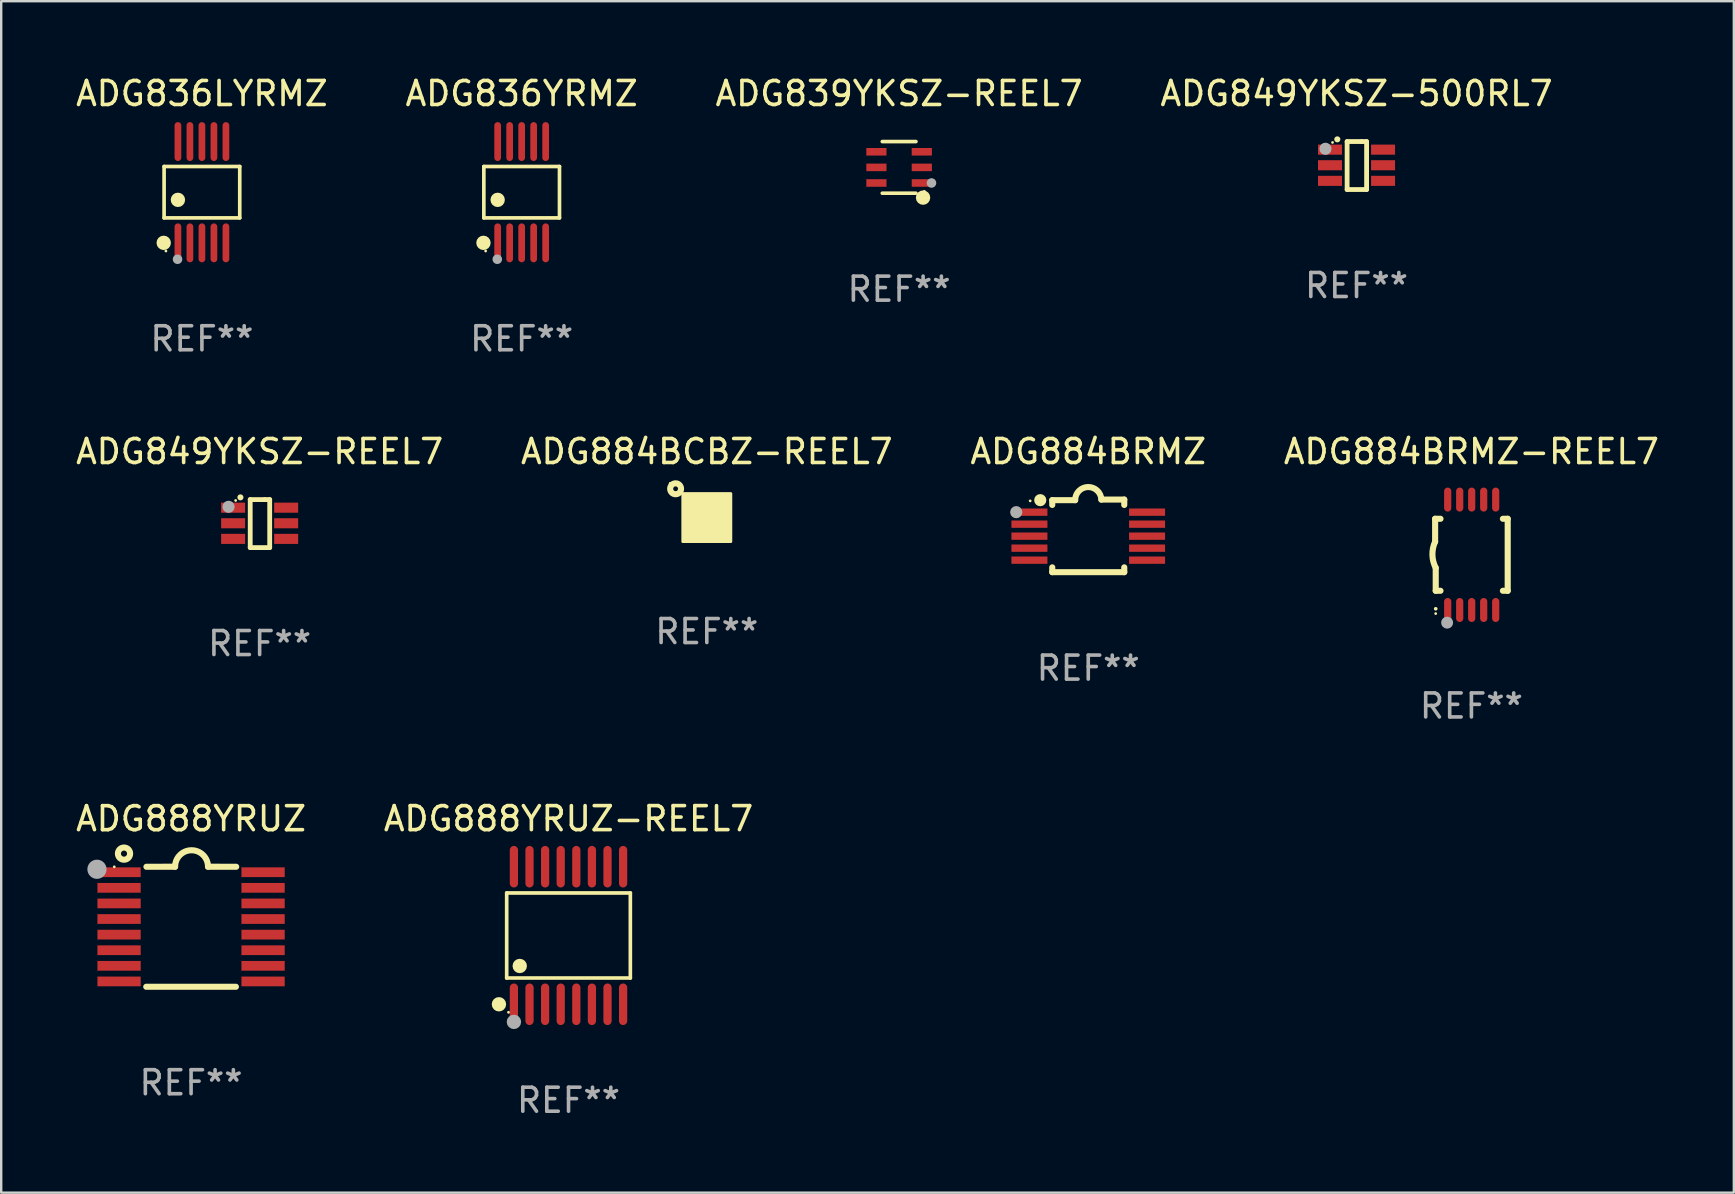
<source format=kicad_pcb>
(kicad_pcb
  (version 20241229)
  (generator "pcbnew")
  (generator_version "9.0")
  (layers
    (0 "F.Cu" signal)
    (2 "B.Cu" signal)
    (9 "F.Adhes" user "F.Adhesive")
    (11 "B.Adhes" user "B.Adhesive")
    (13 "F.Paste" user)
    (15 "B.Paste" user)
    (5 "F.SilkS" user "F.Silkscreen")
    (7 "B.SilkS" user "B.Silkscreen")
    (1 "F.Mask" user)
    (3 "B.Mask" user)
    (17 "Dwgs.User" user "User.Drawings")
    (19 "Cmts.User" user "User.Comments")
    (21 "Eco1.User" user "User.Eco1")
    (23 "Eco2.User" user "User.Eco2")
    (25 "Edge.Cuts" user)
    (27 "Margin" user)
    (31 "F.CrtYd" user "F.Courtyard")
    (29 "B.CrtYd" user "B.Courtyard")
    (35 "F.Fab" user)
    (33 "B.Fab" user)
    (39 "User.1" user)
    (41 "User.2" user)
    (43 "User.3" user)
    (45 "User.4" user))
  (footprint "ADG839YKSZ-REEL7"
    (layer "F.Cu")
    (at 34.411 3.924)
    (property "Reference" "ADG839YKSZ-REEL7" (at 0 -3.076 0) (layer "F.SilkS") (effects (font (size 1 1) (thickness 0.15))))
    (attr through_hole)
    (fp_line (start 0.701 -1.076) (end -0.701 -1.076) (stroke (width 0.152) (type solid)) (layer "F.SilkS"))
    (fp_line (start 0.701 1.076) (end -0.701 1.076) (stroke (width 0.152) (type solid)) (layer "F.SilkS"))
    (fp_circle (center 0.998 1.26) (end 1.148 1.26) (stroke (width 0.3) (type solid)) (fill no) (layer "F.SilkS"))
    (fp_circle (center 1.05 1) (end 1.08 1) (stroke (width 0.06) (type solid)) (fill no) (layer "F.SilkS"))
    (fp_circle (center 1.35 0.65) (end 1.45 0.65) (stroke (width 0.2) (type solid)) (fill no) (layer "F.Fab"))
    (fp_text user "REF**" (at 0 5.076 0) (layer "F.Fab") (effects (font (size 1 1) (thickness 0.15))))
    (pad "1" smd rect (at 0.946 0.65) (size 0.841 0.315) (layers "F.Cu" "F.Mask" "F.Paste"))
    (pad "2" smd rect (at 0.946 0) (size 0.841 0.315) (layers "F.Cu" "F.Mask" "F.Paste"))
    (pad "3" smd rect (at 0.946 -0.65) (size 0.841 0.315) (layers "F.Cu" "F.Mask" "F.Paste"))
    (pad "4" smd rect (at -0.946 -0.65) (size 0.841 0.315) (layers "F.Cu" "F.Mask" "F.Paste"))
    (pad "5" smd rect (at -0.946 0) (size 0.841 0.315) (layers "F.Cu" "F.Mask" "F.Paste"))
    (pad "6" smd rect (at -0.946 0.65) (size 0.841 0.315) (layers "F.Cu" "F.Mask" "F.Paste")))
  (footprint "ADG836LYRMZ"
    (layer "F.Cu")
    (at 5.363 4.958)
    (property "Reference" "ADG836LYRMZ" (at 0 -4.11 0) (layer "F.SilkS") (effects (font (size 1 1) (thickness 0.15))))
    (attr through_hole)
    (fp_line (start -1.576 -1.071) (end 1.576 -1.071) (stroke (width 0.152) (type solid)) (layer "F.SilkS"))
    (fp_line (start -1.576 1.071) (end -1.576 -1.071) (stroke (width 0.152) (type solid)) (layer "F.SilkS"))
    (fp_line (start 1.576 -1.071) (end 1.576 1.071) (stroke (width 0.152) (type solid)) (layer "F.SilkS"))
    (fp_line (start 1.576 1.071) (end -1.576 1.071) (stroke (width 0.152) (type solid)) (layer "F.SilkS"))
    (fp_circle (center -1.592 2.11) (end -1.442 2.11) (stroke (width 0.3) (type solid)) (fill no) (layer "F.SilkS"))
    (fp_circle (center -1.5 2.45) (end -1.47 2.45) (stroke (width 0.06) (type solid)) (fill no) (layer "F.SilkS"))
    (fp_circle (center -1 0.319) (end -0.85 0.319) (stroke (width 0.3) (type solid)) (fill no) (layer "F.SilkS"))
    (fp_circle (center -1.016 2.794) (end -0.916 2.794) (stroke (width 0.2) (type solid)) (fill no) (layer "F.Fab"))
    (fp_text user "REF**" (at 0 6.11 0) (layer "F.Fab") (effects (font (size 1 1) (thickness 0.15))))
    (pad "1" smd oval (at -1 2.11) (size 0.28 1.62) (layers "F.Cu" "F.Mask" "F.Paste"))
    (pad "2" smd oval (at -0.5 2.11) (size 0.28 1.62) (layers "F.Cu" "F.Mask" "F.Paste"))
    (pad "3" smd oval (at 0 2.11) (size 0.28 1.62) (layers "F.Cu" "F.Mask" "F.Paste"))
    (pad "4" smd oval (at 0.5 2.11) (size 0.28 1.62) (layers "F.Cu" "F.Mask" "F.Paste"))
    (pad "5" smd oval (at 1 2.11) (size 0.28 1.62) (layers "F.Cu" "F.Mask" "F.Paste"))
    (pad "6" smd oval (at 1 -2.11) (size 0.28 1.62) (layers "F.Cu" "F.Mask" "F.Paste"))
    (pad "7" smd oval (at 0.5 -2.11) (size 0.28 1.62) (layers "F.Cu" "F.Mask" "F.Paste"))
    (pad "8" smd oval (at 0 -2.11) (size 0.28 1.62) (layers "F.Cu" "F.Mask" "F.Paste"))
    (pad "9" smd oval (at -0.5 -2.11) (size 0.28 1.62) (layers "F.Cu" "F.Mask" "F.Paste"))
    (pad "10" smd oval (at -1 -2.11) (size 0.28 1.62) (layers "F.Cu" "F.Mask" "F.Paste")))
  (footprint "ADG836YRMZ"
    (layer "F.Cu")
    (at 18.685 4.958)
    (property "Reference" "ADG836YRMZ" (at 0 -4.11 0) (layer "F.SilkS") (effects (font (size 1 1) (thickness 0.15))))
    (attr through_hole)
    (fp_line (start -1.576 -1.071) (end 1.576 -1.071) (stroke (width 0.152) (type solid)) (layer "F.SilkS"))
    (fp_line (start -1.576 1.071) (end -1.576 -1.071) (stroke (width 0.152) (type solid)) (layer "F.SilkS"))
    (fp_line (start 1.576 -1.071) (end 1.576 1.071) (stroke (width 0.152) (type solid)) (layer "F.SilkS"))
    (fp_line (start 1.576 1.071) (end -1.576 1.071) (stroke (width 0.152) (type solid)) (layer "F.SilkS"))
    (fp_circle (center -1.592 2.11) (end -1.442 2.11) (stroke (width 0.3) (type solid)) (fill no) (layer "F.SilkS"))
    (fp_circle (center -1.5 2.45) (end -1.47 2.45) (stroke (width 0.06) (type solid)) (fill no) (layer "F.SilkS"))
    (fp_circle (center -1 0.319) (end -0.85 0.319) (stroke (width 0.3) (type solid)) (fill no) (layer "F.SilkS"))
    (fp_circle (center -1.016 2.794) (end -0.916 2.794) (stroke (width 0.2) (type solid)) (fill no) (layer "F.Fab"))
    (fp_text user "REF**" (at 0 6.11 0) (layer "F.Fab") (effects (font (size 1 1) (thickness 0.15))))
    (pad "1" smd oval (at -1 2.11) (size 0.28 1.62) (layers "F.Cu" "F.Mask" "F.Paste"))
    (pad "2" smd oval (at -0.5 2.11) (size 0.28 1.62) (layers "F.Cu" "F.Mask" "F.Paste"))
    (pad "3" smd oval (at 0 2.11) (size 0.28 1.62) (layers "F.Cu" "F.Mask" "F.Paste"))
    (pad "4" smd oval (at 0.5 2.11) (size 0.28 1.62) (layers "F.Cu" "F.Mask" "F.Paste"))
    (pad "5" smd oval (at 1 2.11) (size 0.28 1.62) (layers "F.Cu" "F.Mask" "F.Paste"))
    (pad "6" smd oval (at 1 -2.11) (size 0.28 1.62) (layers "F.Cu" "F.Mask" "F.Paste"))
    (pad "7" smd oval (at 0.5 -2.11) (size 0.28 1.62) (layers "F.Cu" "F.Mask" "F.Paste"))
    (pad "8" smd oval (at 0 -2.11) (size 0.28 1.62) (layers "F.Cu" "F.Mask" "F.Paste"))
    (pad "9" smd oval (at -0.5 -2.11) (size 0.28 1.62) (layers "F.Cu" "F.Mask" "F.Paste"))
    (pad "10" smd oval (at -1 -2.11) (size 0.28 1.62) (layers "F.Cu" "F.Mask" "F.Paste")))
  (footprint "ADG884BRMZ-REEL7"
    (layer "F.Cu")
    (at 58.256 20.065)
    (property "Reference" "ADG884BRMZ-REEL7" (at 0 -4.3 0) (layer "F.SilkS") (effects (font (size 1 1) (thickness 0.15))))
    (attr through_hole)
    (fp_line (start -1.512 -1.5) (end -1.512 -0.546) (stroke (width 0.254) (type solid)) (layer "F.SilkS"))
    (fp_line (start -1.487 0.546) (end -1.487 1.5) (stroke (width 0.254) (type solid)) (layer "F.SilkS"))
    (fp_line (start -1.288 -1.5) (end -1.512 -1.5) (stroke (width 0.254) (type solid)) (layer "F.SilkS"))
    (fp_line (start -1.288 1.5) (end -1.487 1.5) (stroke (width 0.254) (type solid)) (layer "F.SilkS"))
    (fp_line (start 1.512 -1.5) (end 1.312 -1.5) (stroke (width 0.254) (type solid)) (layer "F.SilkS"))
    (fp_line (start 1.512 -1.5) (end 1.512 1.5) (stroke (width 0.254) (type solid)) (layer "F.SilkS"))
    (fp_line (start 1.512 1.5) (end 1.312 1.5) (stroke (width 0.254) (type solid)) (layer "F.SilkS"))
    (fp_arc (start -1.487998 2.250013) (mid -1.486728 2.250007) (end -1.485458 2.250013) (stroke (width 0.150013) (type solid)) (layer "F.SilkS"))
    (fp_arc (start -1.486602 0.546102) (mid -1.624196 0.002905) (end -1.512002 -0.546101) (stroke (width 0.254001) (type solid)) (layer "F.SilkS"))
    (fp_circle (center -1.488 2.45) (end -1.458 2.45) (stroke (width 0.06) (type solid)) (fill no) (layer "F.SilkS"))
    (fp_circle (center -1.012 2.828) (end -0.887 2.828) (stroke (width 0.25) (type solid)) (fill no) (layer "F.Fab"))
    (fp_text user "REF**" (at 0 6.3 0) (layer "F.Fab") (effects (font (size 1 1) (thickness 0.15))))
    (pad "1" smd oval (at -0.988 2.3) (size 0.3 1) (layers "F.Cu" "F.Mask" "F.Paste"))
    (pad "2" smd oval (at -0.488 2.3) (size 0.3 1) (layers "F.Cu" "F.Mask" "F.Paste"))
    (pad "3" smd oval (at 0.012 2.3) (size 0.3 1) (layers "F.Cu" "F.Mask" "F.Paste"))
    (pad "4" smd oval (at 0.512 2.3) (size 0.3 1) (layers "F.Cu" "F.Mask" "F.Paste"))
    (pad "5" smd oval (at 1.012 2.3) (size 0.3 1) (layers "F.Cu" "F.Mask" "F.Paste"))
    (pad "6" smd oval (at 1.012 -2.3) (size 0.3 1) (layers "F.Cu" "F.Mask" "F.Paste"))
    (pad "7" smd oval (at 0.512 -2.3) (size 0.3 1) (layers "F.Cu" "F.Mask" "F.Paste"))
    (pad "8" smd oval (at 0.012 -2.3) (size 0.3 1) (layers "F.Cu" "F.Mask" "F.Paste"))
    (pad "9" smd oval (at -0.488 -2.3) (size 0.3 1) (layers "F.Cu" "F.Mask" "F.Paste"))
    (pad "10" smd oval (at -0.988 -2.3) (size 0.3 1) (layers "F.Cu" "F.Mask" "F.Paste")))
  (footprint "ADG884BCBZ-REEL7"
    (layer "F.Cu")
    (at 26.399 18.515)
    (property "Reference" "ADG884BCBZ-REEL7" (at 0 -2.75 0) (layer "F.SilkS") (effects (font (size 1 1) (thickness 0.15))))
    (attr through_hole)
    (fp_circle (center -1.527 -1.427) (end -1.497 -1.427) (stroke (width 0.06) (type solid)) (fill no) (layer "F.SilkS"))
    (fp_circle (center -1.3 -1.2) (end -1.2 -1.2) (stroke (width 0.254) (type solid)) (fill no) (layer "F.SilkS"))
    (fp_poly (pts (xy -1 -1) (xy 1 -1) (xy 1 1) (xy -1 1)) (stroke (width 0.12) (type solid)) (fill yes) (layer "F.SilkS"))
    (fp_text user "REF**" (at 0 4.75 0) (layer "F.Fab") (effects (font (size 1 1) (thickness 0.15))))
    (pad "A1" smd circle (at -0.5 -0.75) (size 0.3 0.3) (layers "F.Cu" "F.Mask" "F.Paste"))
    (pad "A2" smd circle (at 0.000127 -0.75) (size 0.3 0.3) (layers "F.Cu" "F.Mask" "F.Paste"))
    (pad "A3" smd circle (at 0.5 -0.75) (size 0.3 0.3) (layers "F.Cu" "F.Mask" "F.Paste"))
    (pad "B1" smd circle (at -0.5 -0.25) (size 0.3 0.3) (layers "F.Cu" "F.Mask" "F.Paste"))
    (pad "B3" smd circle (at 0.5 -0.25) (size 0.3 0.3) (layers "F.Cu" "F.Mask" "F.Paste"))
    (pad "C1" smd circle (at -0.5 0.25) (size 0.3 0.3) (layers "F.Cu" "F.Mask" "F.Paste"))
    (pad "C3" smd circle (at 0.5 0.25) (size 0.3 0.3) (layers "F.Cu" "F.Mask" "F.Paste"))
    (pad "D1" smd circle (at -0.5 0.75) (size 0.3 0.3) (layers "F.Cu" "F.Mask" "F.Paste"))
    (pad "D2" smd circle (at 0.000127 0.75) (size 0.3 0.3) (layers "F.Cu" "F.Mask" "F.Paste"))
    (pad "D3" smd circle (at 0.5 0.75) (size 0.3 0.3) (layers "F.Cu" "F.Mask" "F.Paste")))
  (footprint "ADG888YRUZ"
    (layer "F.Cu")
    (at 4.911 35.563)
    (property "Reference" "ADG888YRUZ" (at 0 -4.501 0) (layer "F.SilkS") (effects (font (size 1 1) (thickness 0.15))))
    (attr through_hole)
    (fp_line (start -1.868 2.501) (end 1.868 2.501) (stroke (width 0.254) (type solid)) (layer "F.SilkS"))
    (fp_line (start -1.86 -2.499) (end -0.666 -2.501) (stroke (width 0.254) (type solid)) (layer "F.SilkS"))
    (fp_line (start 0.706 -2.501) (end 1.88 -2.499) (stroke (width 0.254) (type solid)) (layer "F.SilkS"))
    (fp_arc (start -0.665914 -2.501448) (mid 0.019888 -3.18725) (end 0.70569 -2.501448) (stroke (width 0.254001) (type solid)) (layer "F.SilkS"))
    (fp_circle (center -3.2 -2.497) (end -3.17 -2.497) (stroke (width 0.06) (type solid)) (fill no) (layer "F.SilkS"))
    (fp_circle (center -2.794 -3.047) (end -2.54 -3.047) (stroke (width 0.254) (type solid)) (fill no) (layer "F.SilkS"))
    (fp_circle (center -3.921 -2.395) (end -3.721 -2.395) (stroke (width 0.4) (type solid)) (fill no) (layer "F.Fab"))
    (fp_text user "REF**" (at 0 6.501 0) (layer "F.Fab") (effects (font (size 1 1) (thickness 0.15))))
    (pad "1" smd rect (at -3 -2.272) (size 1.803 0.406) (layers "F.Cu" "F.Mask" "F.Paste"))
    (pad "2" smd rect (at -3 -1.622) (size 1.803 0.406) (layers "F.Cu" "F.Mask" "F.Paste"))
    (pad "3" smd rect (at -3 -0.972) (size 1.803 0.406) (layers "F.Cu" "F.Mask" "F.Paste"))
    (pad "4" smd rect (at -3 -0.322) (size 1.803 0.406) (layers "F.Cu" "F.Mask" "F.Paste"))
    (pad "5" smd rect (at -3 0.328) (size 1.803 0.406) (layers "F.Cu" "F.Mask" "F.Paste"))
    (pad "6" smd rect (at -3 0.978) (size 1.803 0.406) (layers "F.Cu" "F.Mask" "F.Paste"))
    (pad "7" smd rect (at -3 1.628) (size 1.803 0.406) (layers "F.Cu" "F.Mask" "F.Paste"))
    (pad "8" smd rect (at -3 2.278) (size 1.803 0.406) (layers "F.Cu" "F.Mask" "F.Paste"))
    (pad "9" smd rect (at 3 2.278) (size 1.803 0.406) (layers "F.Cu" "F.Mask" "F.Paste"))
    (pad "10" smd rect (at 3 1.628) (size 1.803 0.406) (layers "F.Cu" "F.Mask" "F.Paste"))
    (pad "11" smd rect (at 3 0.978) (size 1.803 0.406) (layers "F.Cu" "F.Mask" "F.Paste"))
    (pad "12" smd rect (at 3 0.328) (size 1.803 0.406) (layers "F.Cu" "F.Mask" "F.Paste"))
    (pad "13" smd rect (at 3 -0.322) (size 1.803 0.406) (layers "F.Cu" "F.Mask" "F.Paste"))
    (pad "14" smd rect (at 3 -0.972) (size 1.803 0.406) (layers "F.Cu" "F.Mask" "F.Paste"))
    (pad "15" smd rect (at 3 -1.622) (size 1.803 0.406) (layers "F.Cu" "F.Mask" "F.Paste"))
    (pad "16" smd rect (at 3 -2.272) (size 1.803 0.406) (layers "F.Cu" "F.Mask" "F.Paste")))
  (footprint "ADG888YRUZ-REEL7"
    (layer "F.Cu")
    (at 20.637 35.927)
    (property "Reference" "ADG888YRUZ-REEL7" (at 0 -4.866 0) (layer "F.SilkS") (effects (font (size 1 1) (thickness 0.15))))
    (attr through_hole)
    (fp_line (start -2.576 -1.772) (end 2.576 -1.772) (stroke (width 0.152) (type solid)) (layer "F.SilkS"))
    (fp_line (start -2.576 1.771) (end -2.576 -1.772) (stroke (width 0.152) (type solid)) (layer "F.SilkS"))
    (fp_line (start 2.576 -1.772) (end 2.576 1.771) (stroke (width 0.152) (type solid)) (layer "F.SilkS"))
    (fp_line (start 2.576 1.771) (end -2.576 1.771) (stroke (width 0.152) (type solid)) (layer "F.SilkS"))
    (fp_circle (center -2.899 2.866) (end -2.749 2.866) (stroke (width 0.3) (type solid)) (fill no) (layer "F.SilkS"))
    (fp_circle (center -2.5 3.2) (end -2.47 3.2) (stroke (width 0.06) (type solid)) (fill no) (layer "F.SilkS"))
    (fp_circle (center -2.032 1.27) (end -1.882 1.27) (stroke (width 0.3) (type solid)) (fill no) (layer "F.SilkS"))
    (fp_circle (center -2.275 3.6) (end -2.125 3.6) (stroke (width 0.3) (type solid)) (fill no) (layer "F.Fab"))
    (fp_text user "REF**" (at 0 6.866 0) (layer "F.Fab") (effects (font (size 1 1) (thickness 0.15))))
    (pad "1" smd oval (at -2.275 2.866) (size 0.343 1.731) (layers "F.Cu" "F.Mask" "F.Paste"))
    (pad "2" smd oval (at -1.625 2.866) (size 0.343 1.731) (layers "F.Cu" "F.Mask" "F.Paste"))
    (pad "3" smd oval (at -0.975 2.866) (size 0.343 1.731) (layers "F.Cu" "F.Mask" "F.Paste"))
    (pad "4" smd oval (at -0.325 2.866) (size 0.343 1.731) (layers "F.Cu" "F.Mask" "F.Paste"))
    (pad "5" smd oval (at 0.325 2.866) (size 0.343 1.731) (layers "F.Cu" "F.Mask" "F.Paste"))
    (pad "6" smd oval (at 0.975 2.866) (size 0.343 1.731) (layers "F.Cu" "F.Mask" "F.Paste"))
    (pad "7" smd oval (at 1.625 2.866) (size 0.343 1.731) (layers "F.Cu" "F.Mask" "F.Paste"))
    (pad "8" smd oval (at 2.275 2.866) (size 0.343 1.731) (layers "F.Cu" "F.Mask" "F.Paste"))
    (pad "9" smd oval (at 2.275 -2.866) (size 0.343 1.731) (layers "F.Cu" "F.Mask" "F.Paste"))
    (pad "10" smd oval (at 1.625 -2.866) (size 0.343 1.731) (layers "F.Cu" "F.Mask" "F.Paste"))
    (pad "11" smd oval (at 0.975 -2.866) (size 0.343 1.731) (layers "F.Cu" "F.Mask" "F.Paste"))
    (pad "12" smd oval (at 0.325 -2.866) (size 0.343 1.731) (layers "F.Cu" "F.Mask" "F.Paste"))
    (pad "13" smd oval (at -0.325 -2.866) (size 0.343 1.731) (layers "F.Cu" "F.Mask" "F.Paste"))
    (pad "14" smd oval (at -0.975 -2.866) (size 0.343 1.731) (layers "F.Cu" "F.Mask" "F.Paste"))
    (pad "15" smd oval (at -1.625 -2.866) (size 0.343 1.731) (layers "F.Cu" "F.Mask" "F.Paste"))
    (pad "16" smd oval (at -2.275 -2.866) (size 0.343 1.731) (layers "F.Cu" "F.Mask" "F.Paste")))
  (footprint "ADG849YKSZ-500RL7"
    (layer "F.Cu")
    (at 53.47 3.848)
    (property "Reference" "ADG849YKSZ-500RL7" (at 0 -3 0) (layer "F.SilkS") (effects (font (size 1 1) (thickness 0.15))))
    (attr through_hole)
    (fp_line (start -0.393 -1) (end -0.393 1) (stroke (width 0.2) (type solid)) (layer "F.SilkS"))
    (fp_line (start -0.393 1) (end 0.419 1) (stroke (width 0.2) (type solid)) (layer "F.SilkS"))
    (fp_line (start 0.213 -1) (end -0.393 -1) (stroke (width 0.2) (type solid)) (layer "F.SilkS"))
    (fp_line (start 0.419 -1) (end 0.213 -1) (stroke (width 0.2) (type solid)) (layer "F.SilkS"))
    (fp_line (start 0.419 1) (end 0.419 -1) (stroke (width 0.2) (type solid)) (layer "F.SilkS"))
    (fp_arc (start -0.802413 -1.092202) (mid -0.801143 -1.092209) (end -0.799873 -1.092202) (stroke (width 0.25) (type solid)) (layer "F.SilkS"))
    (fp_circle (center -1 -0.963) (end -0.97 -0.963) (stroke (width 0.06) (type solid)) (fill no) (layer "F.SilkS"))
    (fp_circle (center -1.295 -0.699) (end -1.168 -0.699) (stroke (width 0.254) (type solid)) (fill no) (layer "F.Fab"))
    (fp_text user "REF**" (at 0 5 0) (layer "F.Fab") (effects (font (size 1 1) (thickness 0.15))))
    (pad "1" smd rect (at -1.105 -0.663 270) (size 0.42 1) (layers "F.Cu" "F.Mask" "F.Paste"))
    (pad "2" smd rect (at -1.105 -0.013 270) (size 0.42 1) (layers "F.Cu" "F.Mask" "F.Paste"))
    (pad "3" smd rect (at -1.105 0.637 270) (size 0.42 1) (layers "F.Cu" "F.Mask" "F.Paste"))
    (pad "4" smd rect (at 1.105 0.637 90) (size 0.42 1) (layers "F.Cu" "F.Mask" "F.Paste"))
    (pad "5" smd rect (at 1.105 -0.013 90) (size 0.42 1) (layers "F.Cu" "F.Mask" "F.Paste"))
    (pad "6" smd rect (at 1.105 -0.663 90) (size 0.42 1) (layers "F.Cu" "F.Mask" "F.Paste")))
  (footprint "ADG884BRMZ"
    (layer "F.Cu")
    (at 42.292 19.277)
    (property "Reference" "ADG884BRMZ" (at 0 -3.512 0) (layer "F.SilkS") (effects (font (size 1 1) (thickness 0.15))))
    (attr through_hole)
    (fp_line (start -1.5 -1.288) (end -1.5 -1.487) (stroke (width 0.254) (type solid)) (layer "F.SilkS"))
    (fp_line (start -1.5 1.512) (end -1.5 1.312) (stroke (width 0.254) (type solid)) (layer "F.SilkS"))
    (fp_line (start -0.546 -1.487) (end -1.5 -1.487) (stroke (width 0.254) (type solid)) (layer "F.SilkS"))
    (fp_line (start 1.5 -1.512) (end 0.546 -1.512) (stroke (width 0.254) (type solid)) (layer "F.SilkS"))
    (fp_line (start 1.5 -1.288) (end 1.5 -1.512) (stroke (width 0.254) (type solid)) (layer "F.SilkS"))
    (fp_line (start 1.5 1.512) (end -1.5 1.512) (stroke (width 0.254) (type solid)) (layer "F.SilkS"))
    (fp_line (start 1.5 1.512) (end 1.5 1.312) (stroke (width 0.254) (type solid)) (layer "F.SilkS"))
    (fp_arc (start -0.546151 -1.486601) (mid -0.01246 -2.032889) (end 0.54605 -1.512002) (stroke (width 0.254001) (type solid)) (layer "F.SilkS"))
    (fp_circle (center -2.42 -1.458) (end -2.39 -1.458) (stroke (width 0.06) (type solid)) (fill no) (layer "F.SilkS"))
    (fp_circle (center -2 -1.488) (end -1.873 -1.488) (stroke (width 0.254) (type solid)) (fill no) (layer "F.SilkS"))
    (fp_circle (center -3 -0.988) (end -2.873 -0.988) (stroke (width 0.254) (type solid)) (fill no) (layer "F.Fab"))
    (fp_text user "REF**" (at 0 5.512 0) (layer "F.Fab") (effects (font (size 1 1) (thickness 0.15))))
    (pad "1" smd rect (at -2.451 -0.988) (size 1.5 0.305) (layers "F.Cu" "F.Mask" "F.Paste"))
    (pad "2" smd rect (at -2.451 -0.488) (size 1.5 0.305) (layers "F.Cu" "F.Mask" "F.Paste"))
    (pad "3" smd rect (at -2.451 0.012) (size 1.5 0.305) (layers "F.Cu" "F.Mask" "F.Paste"))
    (pad "4" smd rect (at -2.451 0.512) (size 1.5 0.305) (layers "F.Cu" "F.Mask" "F.Paste"))
    (pad "5" smd rect (at -2.451 1.012) (size 1.5 0.305) (layers "F.Cu" "F.Mask" "F.Paste"))
    (pad "6" smd rect (at 2.451 1.012) (size 1.5 0.305) (layers "F.Cu" "F.Mask" "F.Paste"))
    (pad "7" smd rect (at 2.451 0.512) (size 1.5 0.305) (layers "F.Cu" "F.Mask" "F.Paste"))
    (pad "8" smd rect (at 2.451 0.012) (size 1.5 0.305) (layers "F.Cu" "F.Mask" "F.Paste"))
    (pad "9" smd rect (at 2.451 -0.488) (size 1.5 0.305) (layers "F.Cu" "F.Mask" "F.Paste"))
    (pad "10" smd rect (at 2.451 -0.988) (size 1.5 0.305) (layers "F.Cu" "F.Mask" "F.Paste")))
  (footprint "ADG849YKSZ-REEL7"
    (layer "F.Cu")
    (at 7.768 18.765)
    (property "Reference" "ADG849YKSZ-REEL7" (at 0 -3 0) (layer "F.SilkS") (effects (font (size 1 1) (thickness 0.15))))
    (attr through_hole)
    (fp_line (start -0.393 -1) (end -0.393 1) (stroke (width 0.2) (type solid)) (layer "F.SilkS"))
    (fp_line (start -0.393 1) (end 0.419 1) (stroke (width 0.2) (type solid)) (layer "F.SilkS"))
    (fp_line (start 0.213 -1) (end -0.393 -1) (stroke (width 0.2) (type solid)) (layer "F.SilkS"))
    (fp_line (start 0.419 -1) (end 0.213 -1) (stroke (width 0.2) (type solid)) (layer "F.SilkS"))
    (fp_line (start 0.419 1) (end 0.419 -1) (stroke (width 0.2) (type solid)) (layer "F.SilkS"))
    (fp_arc (start -0.802413 -1.092202) (mid -0.801143 -1.092209) (end -0.799873 -1.092202) (stroke (width 0.25) (type solid)) (layer "F.SilkS"))
    (fp_circle (center -1 -0.963) (end -0.97 -0.963) (stroke (width 0.06) (type solid)) (fill no) (layer "F.SilkS"))
    (fp_circle (center -1.295 -0.699) (end -1.168 -0.699) (stroke (width 0.254) (type solid)) (fill no) (layer "F.Fab"))
    (fp_text user "REF**" (at 0 5 0) (layer "F.Fab") (effects (font (size 1 1) (thickness 0.15))))
    (pad "1" smd rect (at -1.105 -0.663 270) (size 0.42 1) (layers "F.Cu" "F.Mask" "F.Paste"))
    (pad "2" smd rect (at -1.105 -0.013 270) (size 0.42 1) (layers "F.Cu" "F.Mask" "F.Paste"))
    (pad "3" smd rect (at -1.105 0.637 270) (size 0.42 1) (layers "F.Cu" "F.Mask" "F.Paste"))
    (pad "4" smd rect (at 1.105 0.637 90) (size 0.42 1) (layers "F.Cu" "F.Mask" "F.Paste"))
    (pad "5" smd rect (at 1.105 -0.013 90) (size 0.42 1) (layers "F.Cu" "F.Mask" "F.Paste"))
    (pad "6" smd rect (at 1.105 -0.663 90) (size 0.42 1) (layers "F.Cu" "F.Mask" "F.Paste")))
  (gr_rect
    (start -3 -3)
    (end 69.19 46.641)
    (stroke (width 0.1) (type default))
    (fill no)
    (layer "Edge.Cuts")))
</source>
